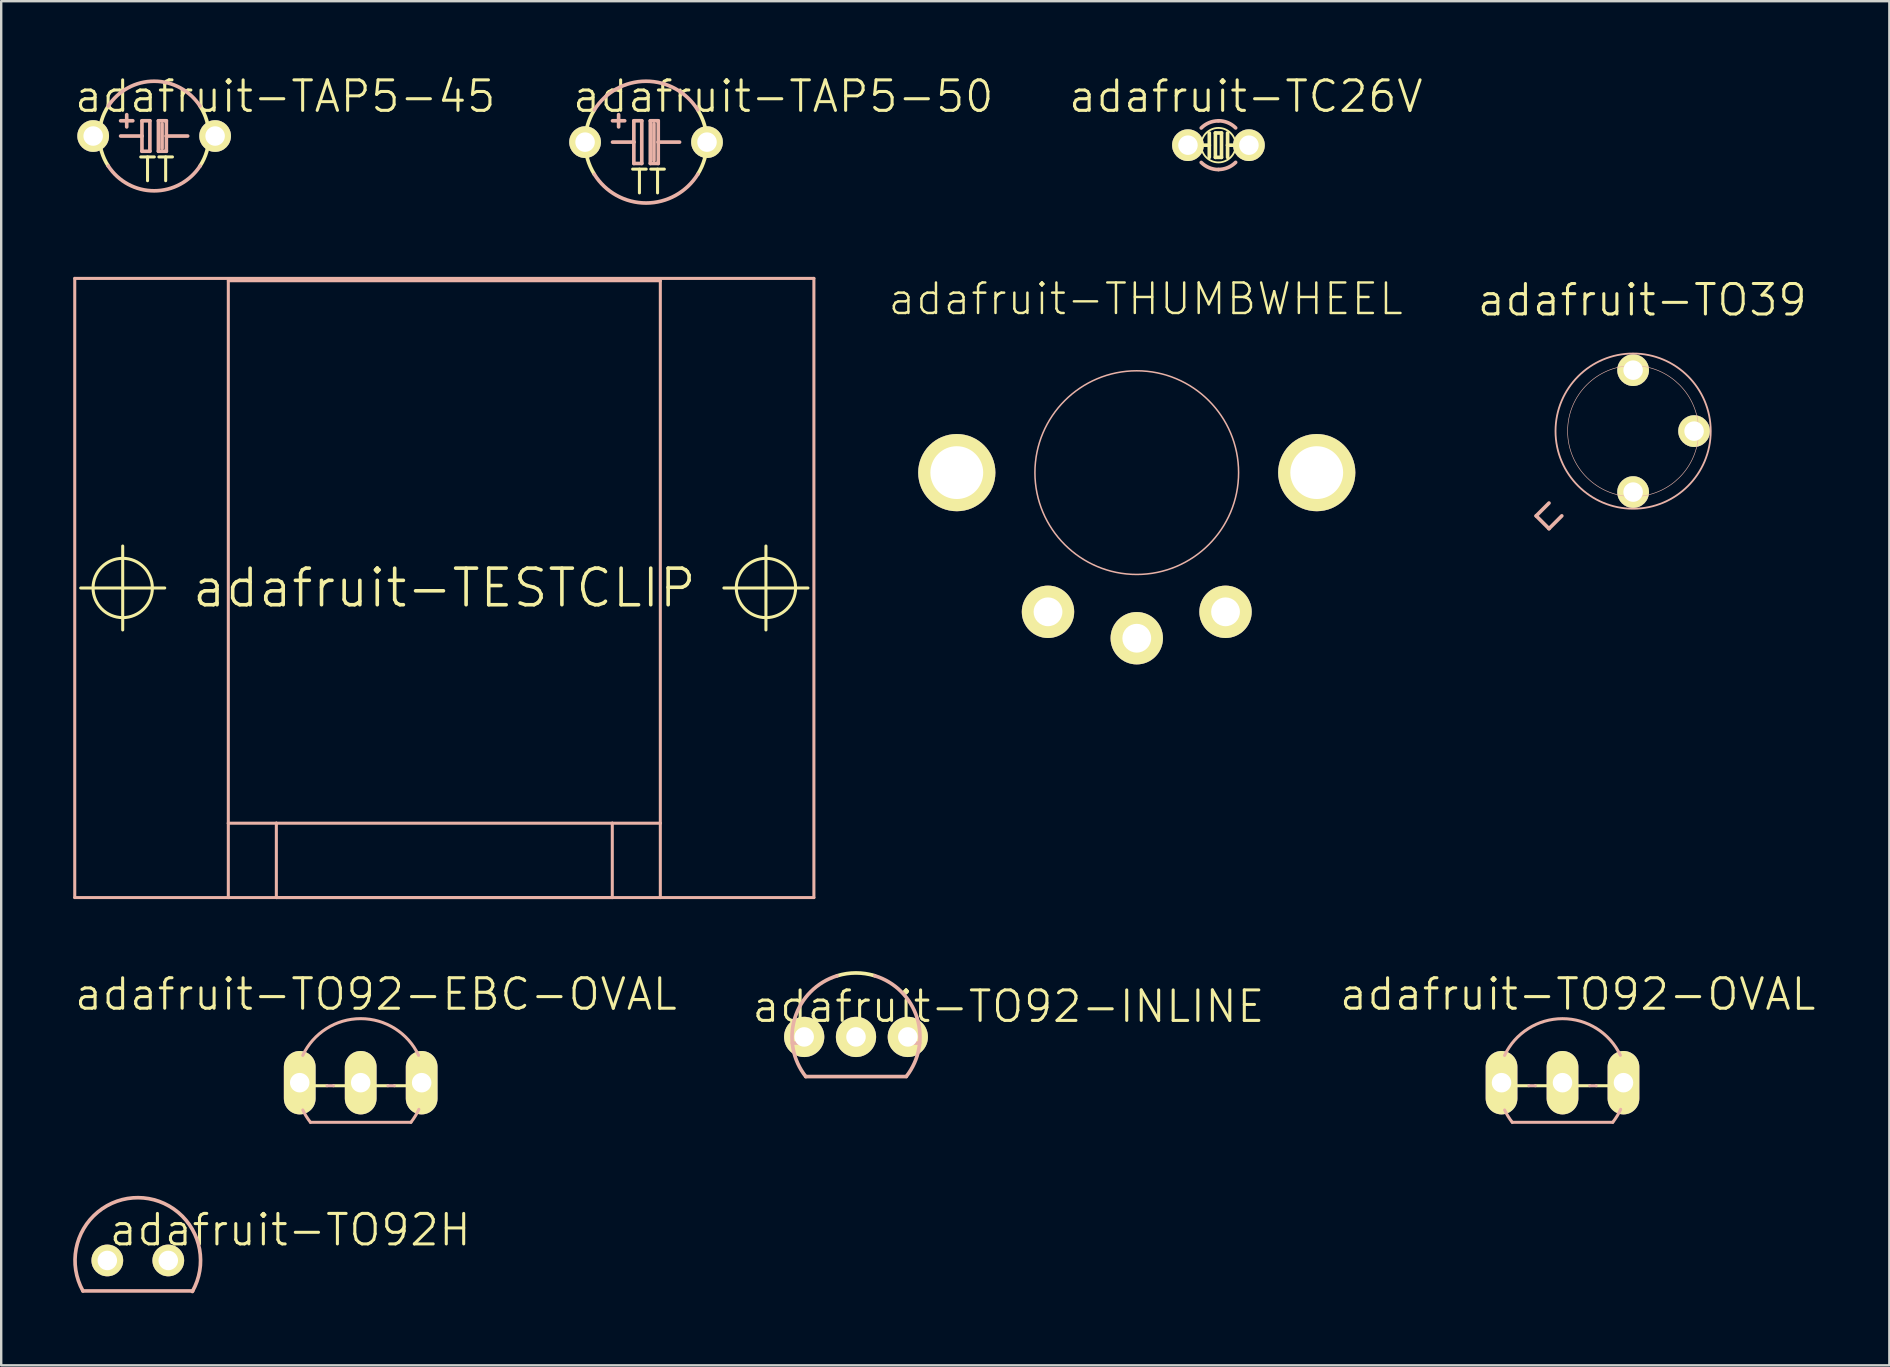
<source format=kicad_pcb>
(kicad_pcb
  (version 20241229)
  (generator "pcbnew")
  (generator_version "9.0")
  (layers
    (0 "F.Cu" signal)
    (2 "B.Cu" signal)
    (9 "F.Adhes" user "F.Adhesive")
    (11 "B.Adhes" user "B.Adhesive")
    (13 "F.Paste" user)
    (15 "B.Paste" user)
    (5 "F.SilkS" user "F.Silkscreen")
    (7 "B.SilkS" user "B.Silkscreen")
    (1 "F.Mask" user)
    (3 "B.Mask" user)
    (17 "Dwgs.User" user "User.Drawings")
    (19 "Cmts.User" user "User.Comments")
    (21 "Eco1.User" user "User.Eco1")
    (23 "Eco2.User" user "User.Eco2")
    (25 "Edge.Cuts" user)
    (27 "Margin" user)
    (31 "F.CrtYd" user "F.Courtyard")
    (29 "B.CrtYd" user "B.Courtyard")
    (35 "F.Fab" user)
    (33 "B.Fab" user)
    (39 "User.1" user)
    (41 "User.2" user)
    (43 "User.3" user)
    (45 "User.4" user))
  (footprint "adafruit-TESTCLIP"
    (layer "F.Cu")
    (at 15.461 21.446)
    (property "Reference" "adafruit-TESTCLIP" (at 0 0 0) (layer "F.SilkS") (effects (font (size 1.524 1.524) (thickness 0.15))))
    (attr exclude_from_pos_files exclude_from_bom)
    (fp_line (start -15.149 0) (end -11.648 0) (stroke (width 0.127) (type solid)) (layer "F.SilkS"))
    (fp_line (start -13.399 1.748) (end -13.399 -1.748) (stroke (width 0.127) (type solid)) (layer "F.SilkS"))
    (fp_line (start 11.648 0) (end 15.149 0) (stroke (width 0.127) (type solid)) (layer "F.SilkS"))
    (fp_line (start 13.399 1.748) (end 13.399 -1.748) (stroke (width 0.127) (type solid)) (layer "F.SilkS"))
    (fp_circle (center -13.399 0) (end -14.272 0.874) (stroke (width 0.127) (type solid)) (fill no) (layer "F.SilkS"))
    (fp_circle (center 13.399 0) (end 14.272 0.874) (stroke (width 0.127) (type solid)) (fill no) (layer "F.SilkS"))
    (fp_line (start -15.397 -12.898) (end -15.397 12.898) (stroke (width 0.127) (type solid)) (layer "B.SilkS"))
    (fp_line (start -15.397 12.898) (end -8.999 12.898) (stroke (width 0.127) (type solid)) (layer "B.SilkS"))
    (fp_line (start -8.999 -12.799) (end 8.999 -12.799) (stroke (width 0.127) (type solid)) (layer "B.SilkS"))
    (fp_line (start -8.999 9.799) (end -8.999 -12.799) (stroke (width 0.127) (type solid)) (layer "B.SilkS"))
    (fp_line (start -8.999 9.799) (end -6.998 9.799) (stroke (width 0.127) (type solid)) (layer "B.SilkS"))
    (fp_line (start -8.999 12.898) (end -8.999 9.799) (stroke (width 0.127) (type solid)) (layer "B.SilkS"))
    (fp_line (start -8.999 12.898) (end -6.998 12.898) (stroke (width 0.127) (type solid)) (layer "B.SilkS"))
    (fp_line (start -6.998 9.799) (end -6.998 12.898) (stroke (width 0.127) (type solid)) (layer "B.SilkS"))
    (fp_line (start -6.998 9.799) (end 6.998 9.799) (stroke (width 0.127) (type solid)) (layer "B.SilkS"))
    (fp_line (start -6.998 12.898) (end 6.998 12.898) (stroke (width 0.127) (type solid)) (layer "B.SilkS"))
    (fp_line (start -6.998 12.898) (end 6.998 12.898) (stroke (width 0.127) (type solid)) (layer "B.SilkS"))
    (fp_line (start 6.998 9.799) (end 8.999 9.799) (stroke (width 0.127) (type solid)) (layer "B.SilkS"))
    (fp_line (start 6.998 12.898) (end 6.998 9.799) (stroke (width 0.127) (type solid)) (layer "B.SilkS"))
    (fp_line (start 6.998 12.898) (end 8.999 12.898) (stroke (width 0.127) (type solid)) (layer "B.SilkS"))
    (fp_line (start 8.999 -12.799) (end 8.999 9.799) (stroke (width 0.127) (type solid)) (layer "B.SilkS"))
    (fp_line (start 8.999 9.799) (end 8.999 12.898) (stroke (width 0.127) (type solid)) (layer "B.SilkS"))
    (fp_line (start 8.999 12.898) (end 15.397 12.898) (stroke (width 0.127) (type solid)) (layer "B.SilkS"))
    (fp_line (start 15.397 -12.898) (end -15.397 -12.898) (stroke (width 0.127) (type solid)) (layer "B.SilkS"))
    (fp_line (start 15.397 12.898) (end 15.397 -12.898) (stroke (width 0.127) (type solid)) (layer "B.SilkS")))
  (footprint "adafruit-TO39"
    (layer "F.Cu")
    (at 64.988 14.911)
    (property "Reference" "adafruit-TO39" (at 0.381 -5.461 0) (layer "F.SilkS") (effects (font (size 1.27 1.27) (thickness 0.127))))
    (attr exclude_from_pos_files exclude_from_bom)
    (fp_line (start -4.039 3.531) (end -3.505 2.997) (stroke (width 0.152) (type solid)) (layer "B.SilkS"))
    (fp_line (start -3.505 4.064) (end -4.039 3.531) (stroke (width 0.152) (type solid)) (layer "B.SilkS"))
    (fp_line (start -2.972 3.531) (end -3.505 4.064) (stroke (width 0.152) (type solid)) (layer "B.SilkS"))
    (fp_circle (center 0 0) (end -2.286 2.286) (stroke (width 0.076) (type solid)) (fill no) (layer "B.SilkS"))
    (fp_circle (center 0 0) (end -1.93 1.93) (stroke (width 0.025) (type solid)) (fill no) (layer "B.SilkS"))
    (pad "1" thru_hole circle (at 0 2.54) (size 1.321 1.321) (drill 0.813) (layers "*.Cu" "F.Mask" "F.SilkS" "F.Paste"))
    (pad "2" thru_hole circle (at 2.54 0) (size 1.321 1.321) (drill 0.813) (layers "*.Cu" "F.Mask" "F.SilkS" "F.Paste"))
    (pad "3" thru_hole circle (at 0 -2.54) (size 1.321 1.321) (drill 0.813) (layers "*.Cu" "F.Mask" "F.SilkS" "F.Paste")))
  (footprint "adafruit-TO92-OVAL"
    (layer "F.Cu")
    (at 62.046 42.056)
    (property "Reference" "adafruit-TO92-OVAL" (at 0.635 -3.683 0) (layer "F.SilkS") (effects (font (size 1.27 1.27) (thickness 0.127))))
    (attr exclude_from_pos_files exclude_from_bom)
    (fp_line (start -1.402 0.127) (end -2.662 0.127) (stroke (width 0.127) (type solid)) (layer "F.SilkS"))
    (fp_line (start 1.135 0.127) (end -1.135 0.127) (stroke (width 0.127) (type solid)) (layer "F.SilkS"))
    (fp_line (start 2.662 0.127) (end 1.402 0.127) (stroke (width 0.127) (type solid)) (layer "F.SilkS"))
    (fp_arc (start -2.413 1.13538) (mid -2.666769 -0.000083) (end -2.412929 -1.13553) (stroke (width 0.127) (type solid)) (layer "F.SilkS"))
    (fp_arc (start 2.413 -1.13538) (mid 2.666769 0.000083) (end 2.412929 1.13553) (stroke (width 0.127) (type solid)) (layer "F.SilkS"))
    (fp_line (start -2.093 1.651) (end 2.093 1.651) (stroke (width 0.127) (type solid)) (layer "B.SilkS"))
    (fp_line (start -1.135 0.127) (end -1.402 0.127) (stroke (width 0.127) (type solid)) (layer "B.SilkS"))
    (fp_line (start 1.402 0.127) (end 1.135 0.127) (stroke (width 0.127) (type solid)) (layer "B.SilkS"))
    (fp_arc (start -2.413 -1.13538) (mid -0.00241 -2.666768) (end 2.410944 -1.13974) (stroke (width 0.127) (type solid)) (layer "B.SilkS"))
    (fp_arc (start -2.09296 1.651) (mid -2.266405 1.403457) (end -2.410712 1.137871) (stroke (width 0.127) (type solid)) (layer "B.SilkS"))
    (fp_arc (start 2.42316 1.10998) (mid 2.274688 1.389084) (end 2.094214 1.648644) (stroke (width 0.127) (type solid)) (layer "B.SilkS"))
    (pad "1" thru_hole oval (at -2.54 0 180) (size 1.321 2.642) (drill 0.813) (layers "*.Cu" "F.Mask" "F.SilkS" "F.Paste"))
    (pad "2" thru_hole oval (at 0 0 180) (size 1.321 2.642) (drill 0.813) (layers "*.Cu" "F.Mask" "F.SilkS" "F.Paste"))
    (pad "3" thru_hole oval (at 2.54 0 180) (size 1.321 2.642) (drill 0.813) (layers "*.Cu" "F.Mask" "F.SilkS" "F.Paste")))
  (footprint "adafruit-TAP5-45"
    (layer "F.Cu")
    (at 3.372 2.617)
    (property "Reference" "adafruit-TAP5-45" (at 5.461 -1.651 0) (layer "F.SilkS") (effects (font (size 1.27 1.27) (thickness 0.127))))
    (attr exclude_from_pos_files exclude_from_bom)
    (fp_arc (start -1.91262 1.24714) (mid -2.283303 0.000267) (end -1.912912 -1.246693) (stroke (width 0.1524) (type solid)) (layer "F.SilkS"))
    (fp_arc (start 1.91262 -1.24714) (mid 2.283303 -0.000267) (end 1.912912 1.246693) (stroke (width 0.1524) (type solid)) (layer "F.SilkS"))
    (fp_line (start -1.397 0) (end -0.508 0) (stroke (width 0.152) (type solid)) (layer "B.SilkS"))
    (fp_line (start -1.143 -0.381) (end -1.143 -0.889) (stroke (width 0.152) (type solid)) (layer "B.SilkS"))
    (fp_line (start -0.889 -0.635) (end -1.397 -0.635) (stroke (width 0.152) (type solid)) (layer "B.SilkS"))
    (fp_line (start -0.508 -0.635) (end -0.508 0) (stroke (width 0.152) (type solid)) (layer "B.SilkS"))
    (fp_line (start -0.508 0) (end -0.508 0.635) (stroke (width 0.152) (type solid)) (layer "B.SilkS"))
    (fp_line (start -0.508 0.635) (end -0.178 0.635) (stroke (width 0.152) (type solid)) (layer "B.SilkS"))
    (fp_line (start -0.178 -0.635) (end -0.508 -0.635) (stroke (width 0.152) (type solid)) (layer "B.SilkS"))
    (fp_line (start -0.178 0.635) (end -0.178 -0.635) (stroke (width 0.152) (type solid)) (layer "B.SilkS"))
    (fp_line (start 0.178 -0.635) (end 0.178 0.635) (stroke (width 0.152) (type solid)) (layer "B.SilkS"))
    (fp_line (start 0.178 0.635) (end 0.508 0.635) (stroke (width 0.152) (type solid)) (layer "B.SilkS"))
    (fp_line (start 0.33 0.508) (end 0.33 -0.508) (stroke (width 0.152) (type solid)) (layer "B.SilkS"))
    (fp_line (start 0.508 -0.635) (end 0.178 -0.635) (stroke (width 0.152) (type solid)) (layer "B.SilkS"))
    (fp_line (start 0.508 0) (end 0.508 -0.635) (stroke (width 0.152) (type solid)) (layer "B.SilkS"))
    (fp_line (start 0.508 0) (end 1.397 0) (stroke (width 0.152) (type solid)) (layer "B.SilkS"))
    (fp_line (start 0.508 0.635) (end 0.508 0) (stroke (width 0.152) (type solid)) (layer "B.SilkS"))
    (fp_arc (start -1.91262 -1.24714) (mid -0.001725 -2.283303) (end 1.910733 -1.250029) (stroke (width 0.1524) (type solid)) (layer "B.SilkS"))
    (fp_arc (start 1.91262 1.24714) (mid 0.001725 2.283303) (end -1.910733 1.250029) (stroke (width 0.1524) (type solid)) (layer "B.SilkS"))
    (fp_text user "TT" (at 0.102 1.41 0) (layer "F.SilkS") (effects (font (size 0.991 0.991) (thickness 0.127))))
    (pad "+" thru_hole circle (at -2.54 0) (size 1.321 1.321) (drill 0.813) (layers "*.Cu" "F.Mask" "F.SilkS" "F.Paste"))
    (pad "-" thru_hole circle (at 2.54 0) (size 1.321 1.321) (drill 0.813) (layers "*.Cu" "F.Mask" "F.SilkS" "F.Paste")))
  (footprint "adafruit-TC26V"
    (layer "F.Cu")
    (at 47.712 2.998)
    (property "Reference" "adafruit-TC26V" (at 1.143 -2.032 0) (layer "F.SilkS") (effects (font (size 1.27 1.27) (thickness 0.127))))
    (attr exclude_from_pos_files exclude_from_bom)
    (fp_line (start -0.381 0) (end -0.762 0) (stroke (width 0.152) (type solid)) (layer "F.SilkS"))
    (fp_line (start -0.381 0) (end -0.381 -0.508) (stroke (width 0.152) (type solid)) (layer "F.SilkS"))
    (fp_line (start -0.381 0.508) (end -0.381 0) (stroke (width 0.152) (type solid)) (layer "F.SilkS"))
    (fp_line (start -0.127 0.508) (end -0.127 -0.508) (stroke (width 0.152) (type solid)) (layer "F.SilkS"))
    (fp_line (start -0.127 0.508) (end 0.127 0.508) (stroke (width 0.152) (type solid)) (layer "F.SilkS"))
    (fp_line (start 0.127 -0.508) (end -0.127 -0.508) (stroke (width 0.152) (type solid)) (layer "F.SilkS"))
    (fp_line (start 0.127 -0.508) (end 0.127 0.508) (stroke (width 0.152) (type solid)) (layer "F.SilkS"))
    (fp_line (start 0.381 0) (end 0.381 -0.508) (stroke (width 0.152) (type solid)) (layer "F.SilkS"))
    (fp_line (start 0.381 0) (end 0.762 0) (stroke (width 0.152) (type solid)) (layer "F.SilkS"))
    (fp_line (start 0.381 0.508) (end 0.381 0) (stroke (width 0.152) (type solid)) (layer "F.SilkS"))
    (fp_circle (center 0 0) (end -0.508 0.508) (stroke (width 0.076) (type solid)) (fill no) (layer "F.SilkS"))
    (fp_arc (start -0.71628 -0.71628) (mid -0.388465 -0.935526) (end -0.001768 -1.012971) (stroke (width 0.1524) (type solid)) (layer "B.SilkS"))
    (fp_arc (start 0 -1.016) (mid 0.387987 -0.939) (end 0.717166 -0.719673) (stroke (width 0.1524) (type solid)) (layer "B.SilkS"))
    (fp_arc (start 0 1.016) (mid -0.387987 0.939) (end -0.717166 0.719673) (stroke (width 0.1524) (type solid)) (layer "B.SilkS"))
    (fp_arc (start 0.71628 0.71628) (mid 0.388465 0.935526) (end 0.001768 1.012971) (stroke (width 0.1524) (type solid)) (layer "B.SilkS"))
    (pad "1" thru_hole circle (at -1.27 0) (size 1.321 1.321) (drill 0.813) (layers "*.Cu" "F.Mask" "F.SilkS" "F.Paste"))
    (pad "2" thru_hole circle (at 1.27 0) (size 1.321 1.321) (drill 0.813) (layers "*.Cu" "F.Mask" "F.SilkS" "F.Paste")))
  (footprint "adafruit-TO92H"
    (layer "F.Cu")
    (at 2.691 49.462)
    (property "Reference" "adafruit-TO92H" (at 6.35 -1.27 0) (layer "F.SilkS") (effects (font (size 1.27 1.27) (thickness 0.127))))
    (attr exclude_from_pos_files exclude_from_bom)
    (fp_line (start -2.286 1.27) (end 2.286 1.27) (stroke (width 0.152) (type solid)) (layer "B.SilkS"))
    (fp_arc (start -2.286 1.27) (mid 0.013483 -2.615055) (end 2.272783 1.293504) (stroke (width 0.1524) (type solid)) (layer "B.SilkS"))
    (pad "1" thru_hole circle (at -1.27 0) (size 1.321 1.321) (drill 0.813) (layers "*.Cu" "F.Mask" "F.SilkS" "F.Paste"))
    (pad "2" thru_hole circle (at 1.27 0) (size 1.321 1.321) (drill 0.813) (layers "*.Cu" "F.Mask" "F.SilkS" "F.Paste")))
  (footprint "adafruit-TAP5-50"
    (layer "F.Cu")
    (at 23.865 2.871)
    (property "Reference" "adafruit-TAP5-50" (at 5.715 -1.905 0) (layer "F.SilkS") (effects (font (size 1.27 1.27) (thickness 0.127))))
    (attr exclude_from_pos_files exclude_from_bom)
    (fp_arc (start -2.15392 1.34112) (mid -2.537316 0.000359) (end -2.154299 -1.34051) (stroke (width 0.1524) (type solid)) (layer "F.SilkS"))
    (fp_arc (start 2.15392 -1.34112) (mid 2.537316 -0.000359) (end 2.154299 1.34051) (stroke (width 0.1524) (type solid)) (layer "F.SilkS"))
    (fp_line (start -1.397 0) (end -0.508 0) (stroke (width 0.152) (type solid)) (layer "B.SilkS"))
    (fp_line (start -1.143 -0.635) (end -1.143 -1.143) (stroke (width 0.152) (type solid)) (layer "B.SilkS"))
    (fp_line (start -0.889 -0.889) (end -1.397 -0.889) (stroke (width 0.152) (type solid)) (layer "B.SilkS"))
    (fp_line (start -0.508 -0.889) (end -0.508 0) (stroke (width 0.152) (type solid)) (layer "B.SilkS"))
    (fp_line (start -0.508 0) (end -0.508 0.889) (stroke (width 0.152) (type solid)) (layer "B.SilkS"))
    (fp_line (start -0.508 0.889) (end -0.178 0.889) (stroke (width 0.152) (type solid)) (layer "B.SilkS"))
    (fp_line (start -0.178 -0.889) (end -0.508 -0.889) (stroke (width 0.152) (type solid)) (layer "B.SilkS"))
    (fp_line (start -0.178 0.889) (end -0.178 -0.889) (stroke (width 0.152) (type solid)) (layer "B.SilkS"))
    (fp_line (start 0.178 -0.889) (end 0.178 0.889) (stroke (width 0.152) (type solid)) (layer "B.SilkS"))
    (fp_line (start 0.178 0.889) (end 0.508 0.889) (stroke (width 0.152) (type solid)) (layer "B.SilkS"))
    (fp_line (start 0.33 0.762) (end 0.33 -0.762) (stroke (width 0.152) (type solid)) (layer "B.SilkS"))
    (fp_line (start 0.508 -0.889) (end 0.178 -0.889) (stroke (width 0.152) (type solid)) (layer "B.SilkS"))
    (fp_line (start 0.508 0) (end 0.508 -0.889) (stroke (width 0.152) (type solid)) (layer "B.SilkS"))
    (fp_line (start 0.508 0) (end 1.397 0) (stroke (width 0.152) (type solid)) (layer "B.SilkS"))
    (fp_line (start 0.508 0.889) (end 0.508 0) (stroke (width 0.152) (type solid)) (layer "B.SilkS"))
    (fp_arc (start -2.15392 -1.34112) (mid -0.001855 -2.537316) (end 2.151957 -1.344268) (stroke (width 0.1524) (type solid)) (layer "B.SilkS"))
    (fp_arc (start 2.15392 1.34112) (mid 0.001855 2.537316) (end -2.151957 1.344268) (stroke (width 0.1524) (type solid)) (layer "B.SilkS"))
    (fp_text user "TT" (at 0.102 1.664 0) (layer "F.SilkS") (effects (font (size 0.991 0.991) (thickness 0.127))))
    (pad "+" thru_hole circle (at -2.54 0) (size 1.321 1.321) (drill 0.813) (layers "*.Cu" "F.Mask" "F.SilkS" "F.Paste"))
    (pad "-" thru_hole circle (at 2.54 0) (size 1.321 1.321) (drill 0.813) (layers "*.Cu" "F.Mask" "F.SilkS" "F.Paste")))
  (footprint "adafruit-TO92-EBC-OVAL"
    (layer "F.Cu")
    (at 11.977 40.786)
    (property "Reference" "adafruit-TO92-EBC-OVAL" (at 0.635 -2.413 0) (layer "F.SilkS") (effects (font (size 1.27 1.27) (thickness 0.127))))
    (attr exclude_from_pos_files exclude_from_bom)
    (fp_line (start -1.402 1.397) (end -2.662 1.397) (stroke (width 0.127) (type solid)) (layer "F.SilkS"))
    (fp_line (start 1.135 1.397) (end -1.135 1.397) (stroke (width 0.127) (type solid)) (layer "F.SilkS"))
    (fp_line (start 2.662 1.397) (end 1.402 1.397) (stroke (width 0.127) (type solid)) (layer "F.SilkS"))
    (fp_arc (start -2.413 2.40538) (mid -2.666769 1.269917) (end -2.412929 0.13447) (stroke (width 0.127) (type solid)) (layer "F.SilkS"))
    (fp_arc (start 2.413 0.13208) (mid 2.66785 1.267785) (end 2.414887 2.403911) (stroke (width 0.127) (type solid)) (layer "F.SilkS"))
    (fp_line (start -2.093 2.921) (end 2.093 2.921) (stroke (width 0.127) (type solid)) (layer "B.SilkS"))
    (fp_line (start -1.135 1.397) (end -1.402 1.397) (stroke (width 0.127) (type solid)) (layer "B.SilkS"))
    (fp_line (start 1.402 1.397) (end 1.135 1.397) (stroke (width 0.127) (type solid)) (layer "B.SilkS"))
    (fp_arc (start -2.413 0.13208) (mid -0.000113 -1.397851) (end 2.412904 0.131876) (stroke (width 0.127) (type solid)) (layer "B.SilkS"))
    (fp_arc (start -2.09296 2.921) (mid -2.266692 2.673441) (end -2.411283 2.407806) (stroke (width 0.127) (type solid)) (layer "B.SilkS"))
    (fp_arc (start 2.42316 2.37998) (mid 2.274388 2.659066) (end 2.093617 2.918573) (stroke (width 0.127) (type solid)) (layer "B.SilkS"))
    (pad "B" thru_hole oval (at 0 1.27 180) (size 1.321 2.642) (drill 0.813) (layers "*.Cu" "F.Mask" "F.SilkS" "F.Paste"))
    (pad "C" thru_hole oval (at 2.54 1.27 180) (size 1.321 2.642) (drill 0.813) (layers "*.Cu" "F.Mask" "F.SilkS" "F.Paste"))
    (pad "E" thru_hole oval (at -2.54 1.27 180) (size 1.321 2.642) (drill 0.813) (layers "*.Cu" "F.Mask" "F.SilkS" "F.Paste")))
  (footprint "adafruit-THUMBWHEEL"
    (layer "F.Cu")
    (at 44.309 16.64)
    (property "Reference" "adafruit-THUMBWHEEL" (at 0.373 -7.234 0) (layer "F.SilkS") (effects (font (size 1.27 1.27) (thickness 0.102))))
    (attr exclude_from_pos_files exclude_from_bom)
    (fp_circle (center 0 0) (end -3 3) (stroke (width 0.064) (type solid)) (fill no) (layer "B.SilkS"))
    (pad "1" thru_hole circle (at -3.698 5.799) (size 2.182 2.182) (drill 1.199) (layers "*.Cu" "F.Mask" "F.SilkS" "F.Paste"))
    (pad "2" thru_hole circle (at 0 6.899) (size 2.182 2.182) (drill 1.199) (layers "*.Cu" "F.Mask" "F.SilkS" "F.Paste"))
    (pad "3" thru_hole circle (at 3.698 5.799) (size 2.182 2.182) (drill 1.199) (layers "*.Cu" "F.Mask" "F.SilkS" "F.Paste"))
    (pad "SW1" thru_hole circle (at -7.498 0) (size 3.216 3.216) (drill 2.2) (layers "*.Cu" "F.Mask" "F.SilkS" "F.Paste"))
    (pad "SW2" thru_hole circle (at 7.498 0) (size 3.216 3.216) (drill 2.2) (layers "*.Cu" "F.Mask" "F.SilkS" "F.Paste")))
  (footprint "adafruit-TO92-INLINE"
    (layer "F.Cu")
    (at 32.612 40.15)
    (property "Reference" "adafruit-TO92-INLINE" (at 6.35 -1.27 0) (layer "F.SilkS") (effects (font (size 1.27 1.27) (thickness 0.127))))
    (attr exclude_from_pos_files exclude_from_bom)
    (fp_arc (start -0.78486 -2.54762) (mid -0.001061 -2.665778) (end 0.782832 -2.548244) (stroke (width 0.1524) (type solid)) (layer "F.SilkS"))
    (fp_line (start -2.654 0.254) (end -2.253 0.254) (stroke (width 0.152) (type solid)) (layer "B.SilkS"))
    (fp_line (start -2.093 1.651) (end 2.093 1.651) (stroke (width 0.152) (type solid)) (layer "B.SilkS"))
    (fp_line (start 2.253 0.254) (end 2.654 0.254) (stroke (width 0.152) (type solid)) (layer "B.SilkS"))
    (fp_arc (start -2.09296 1.651) (mid -2.546098 -0.789726) (end -0.791292 -2.545612) (stroke (width 0.1524) (type solid)) (layer "B.SilkS"))
    (fp_arc (start 0.78486 -2.54762) (mid 2.54411 -0.796164) (end 2.097139 1.645715) (stroke (width 0.1524) (type solid)) (layer "B.SilkS"))
    (pad "1" thru_hole circle (at -2.159 0) (size 1.676 1.676) (drill 0.813) (layers "*.Cu" "F.Mask" "F.SilkS" "F.Paste"))
    (pad "2" thru_hole circle (at 0 0) (size 1.676 1.676) (drill 0.813) (layers "*.Cu" "F.Mask" "F.SilkS" "F.Paste"))
    (pad "3" thru_hole circle (at 2.159 0) (size 1.676 1.676) (drill 0.813) (layers "*.Cu" "F.Mask" "F.SilkS" "F.Paste")))
  (gr_rect
    (start -3 -3)
    (end 75.663 53.832)
    (stroke (width 0.1) (type default))
    (fill no)
    (layer "Edge.Cuts")))
</source>
